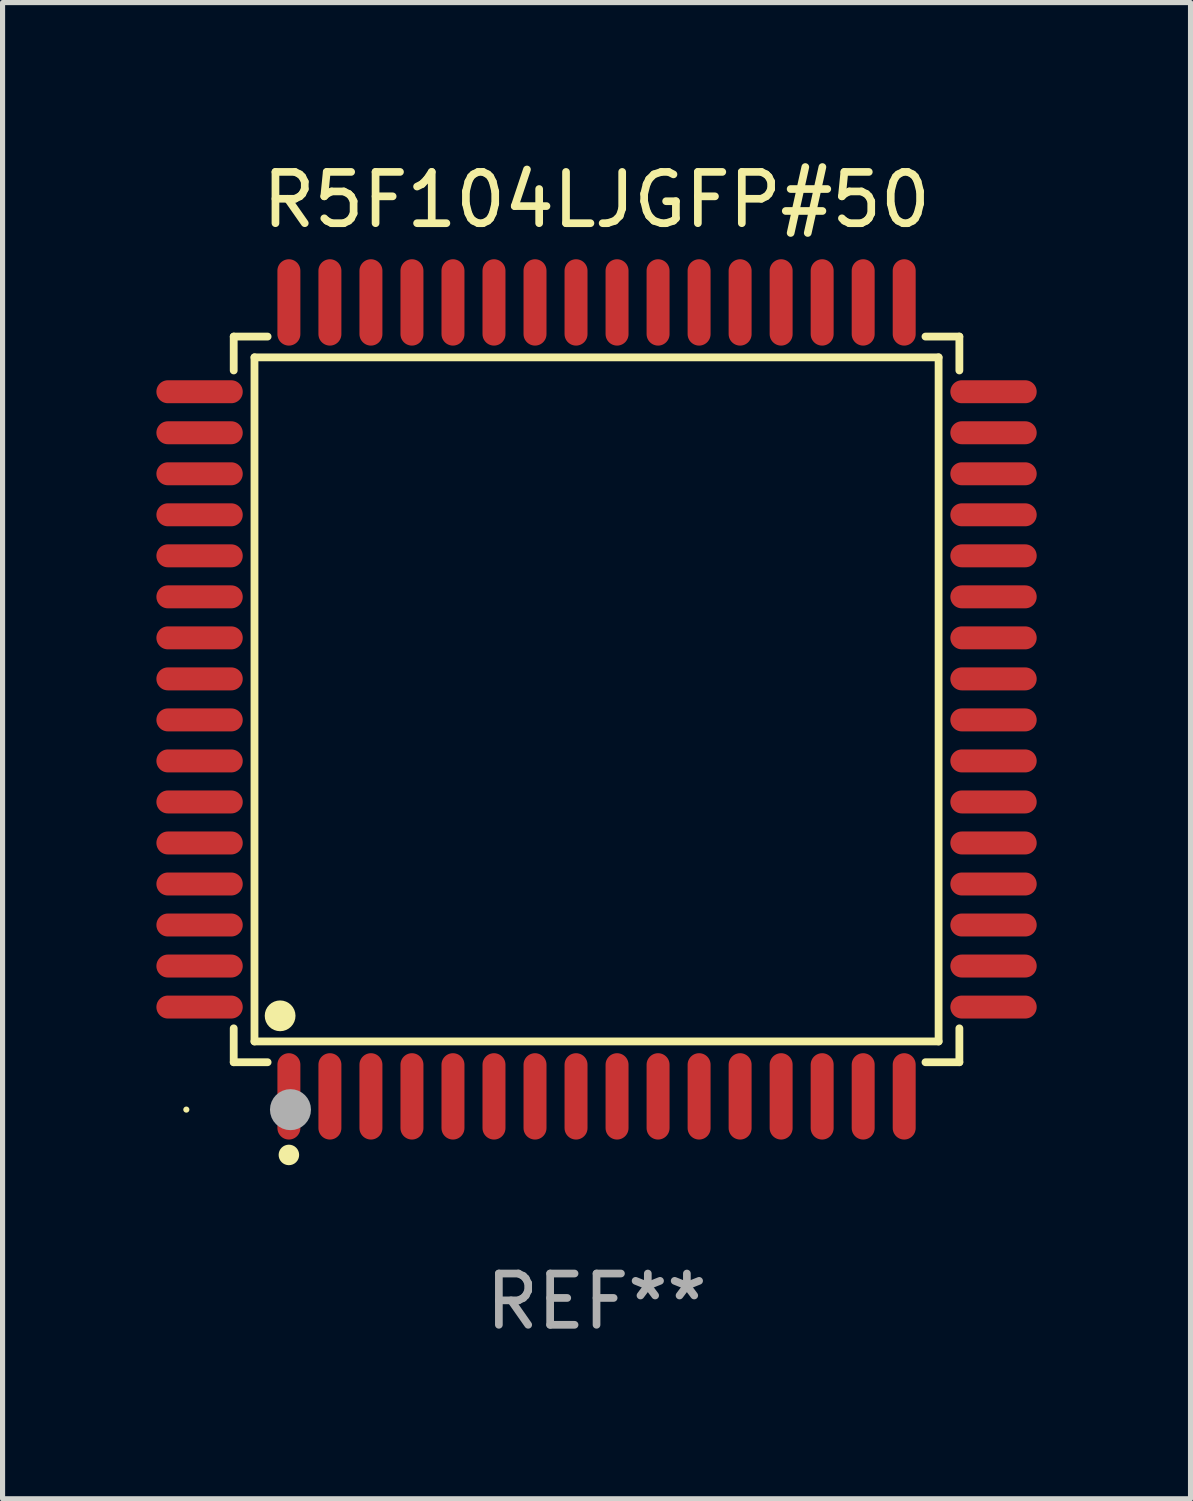
<source format=kicad_pcb>
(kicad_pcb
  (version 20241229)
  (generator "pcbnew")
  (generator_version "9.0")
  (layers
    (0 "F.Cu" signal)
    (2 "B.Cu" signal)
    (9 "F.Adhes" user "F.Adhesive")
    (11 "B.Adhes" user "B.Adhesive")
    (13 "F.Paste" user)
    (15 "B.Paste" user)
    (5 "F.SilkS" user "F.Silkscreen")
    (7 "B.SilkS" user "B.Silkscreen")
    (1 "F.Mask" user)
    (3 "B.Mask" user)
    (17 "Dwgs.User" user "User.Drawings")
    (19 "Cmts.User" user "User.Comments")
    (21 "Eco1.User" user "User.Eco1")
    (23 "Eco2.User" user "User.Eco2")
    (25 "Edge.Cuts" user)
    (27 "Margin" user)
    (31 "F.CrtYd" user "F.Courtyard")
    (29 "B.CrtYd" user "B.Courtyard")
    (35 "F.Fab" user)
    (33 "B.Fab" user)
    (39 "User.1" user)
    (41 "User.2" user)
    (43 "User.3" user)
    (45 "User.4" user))
  (footprint "R5F104LJGFP#50"
    (layer "F.Cu")
    (at 8.584 10.59)
    (property "Reference" "R5F104LJGFP#50" (at 0 -9.742 0) (layer "F.SilkS") (effects (font (size 1 1) (thickness 0.15))))
    (attr through_hole)
    (fp_line (start -7.076 -7.076) (end -6.415 -7.076) (stroke (width 0.152) (type solid)) (layer "F.SilkS"))
    (fp_line (start -7.076 -6.415) (end -7.076 -7.076) (stroke (width 0.152) (type solid)) (layer "F.SilkS"))
    (fp_line (start -7.076 6.415) (end -7.076 7.076) (stroke (width 0.152) (type solid)) (layer "F.SilkS"))
    (fp_line (start -7.076 7.076) (end -6.415 7.076) (stroke (width 0.152) (type solid)) (layer "F.SilkS"))
    (fp_line (start -6.671 -6.671) (end 6.671 -6.671) (stroke (width 0.152) (type solid)) (layer "F.SilkS"))
    (fp_line (start -6.671 6.671) (end -6.671 -6.671) (stroke (width 0.152) (type solid)) (layer "F.SilkS"))
    (fp_line (start 6.671 -6.671) (end 6.671 6.671) (stroke (width 0.152) (type solid)) (layer "F.SilkS"))
    (fp_line (start 6.671 6.671) (end -6.671 6.671) (stroke (width 0.152) (type solid)) (layer "F.SilkS"))
    (fp_line (start 7.076 -7.076) (end 6.415 -7.076) (stroke (width 0.152) (type solid)) (layer "F.SilkS"))
    (fp_line (start 7.076 -6.415) (end 7.076 -7.076) (stroke (width 0.152) (type solid)) (layer "F.SilkS"))
    (fp_line (start 7.076 6.415) (end 7.076 7.076) (stroke (width 0.152) (type solid)) (layer "F.SilkS"))
    (fp_line (start 7.076 7.076) (end 6.415 7.076) (stroke (width 0.152) (type solid)) (layer "F.SilkS"))
    (fp_circle (center -8 8) (end -7.97 8) (stroke (width 0.06) (type solid)) (fill no) (layer "F.SilkS"))
    (fp_circle (center -6.171 6.171) (end -6.021 6.171) (stroke (width 0.3) (type solid)) (fill no) (layer "F.SilkS"))
    (fp_circle (center -6 8.884) (end -5.9 8.884) (stroke (width 0.2) (type solid)) (fill no) (layer "F.SilkS"))
    (fp_circle (center -5.969 8.001) (end -5.769 8.001) (stroke (width 0.4) (type solid)) (fill no) (layer "F.Fab"))
    (fp_text user "REF**" (at 0 11.742 0) (layer "F.Fab") (effects (font (size 1 1) (thickness 0.15))))
    (pad "1" smd oval (at -6 7.742) (size 0.448 1.684) (layers "F.Cu" "F.Mask" "F.Paste"))
    (pad "2" smd oval (at -5.2 7.742) (size 0.448 1.684) (layers "F.Cu" "F.Mask" "F.Paste"))
    (pad "3" smd oval (at -4.4 7.742) (size 0.448 1.684) (layers "F.Cu" "F.Mask" "F.Paste"))
    (pad "4" smd oval (at -3.6 7.742) (size 0.448 1.684) (layers "F.Cu" "F.Mask" "F.Paste"))
    (pad "5" smd oval (at -2.8 7.742) (size 0.448 1.684) (layers "F.Cu" "F.Mask" "F.Paste"))
    (pad "6" smd oval (at -2 7.742) (size 0.448 1.684) (layers "F.Cu" "F.Mask" "F.Paste"))
    (pad "7" smd oval (at -1.2 7.742) (size 0.448 1.684) (layers "F.Cu" "F.Mask" "F.Paste"))
    (pad "8" smd oval (at -0.4 7.742) (size 0.448 1.684) (layers "F.Cu" "F.Mask" "F.Paste"))
    (pad "9" smd oval (at 0.4 7.742) (size 0.448 1.684) (layers "F.Cu" "F.Mask" "F.Paste"))
    (pad "10" smd oval (at 1.2 7.742) (size 0.448 1.684) (layers "F.Cu" "F.Mask" "F.Paste"))
    (pad "11" smd oval (at 2 7.742) (size 0.448 1.684) (layers "F.Cu" "F.Mask" "F.Paste"))
    (pad "12" smd oval (at 2.8 7.742) (size 0.448 1.684) (layers "F.Cu" "F.Mask" "F.Paste"))
    (pad "13" smd oval (at 3.6 7.742) (size 0.448 1.684) (layers "F.Cu" "F.Mask" "F.Paste"))
    (pad "14" smd oval (at 4.4 7.742) (size 0.448 1.684) (layers "F.Cu" "F.Mask" "F.Paste"))
    (pad "15" smd oval (at 5.2 7.742) (size 0.448 1.684) (layers "F.Cu" "F.Mask" "F.Paste"))
    (pad "16" smd oval (at 6 7.742) (size 0.448 1.684) (layers "F.Cu" "F.Mask" "F.Paste"))
    (pad "17" smd oval (at 7.742 6) (size 1.684 0.448) (layers "F.Cu" "F.Mask" "F.Paste"))
    (pad "18" smd oval (at 7.742 5.2) (size 1.684 0.448) (layers "F.Cu" "F.Mask" "F.Paste"))
    (pad "19" smd oval (at 7.742 4.4) (size 1.684 0.448) (layers "F.Cu" "F.Mask" "F.Paste"))
    (pad "20" smd oval (at 7.742 3.6) (size 1.684 0.448) (layers "F.Cu" "F.Mask" "F.Paste"))
    (pad "21" smd oval (at 7.742 2.8) (size 1.684 0.448) (layers "F.Cu" "F.Mask" "F.Paste"))
    (pad "22" smd oval (at 7.742 2) (size 1.684 0.448) (layers "F.Cu" "F.Mask" "F.Paste"))
    (pad "23" smd oval (at 7.742 1.2) (size 1.684 0.448) (layers "F.Cu" "F.Mask" "F.Paste"))
    (pad "24" smd oval (at 7.742 0.4) (size 1.684 0.448) (layers "F.Cu" "F.Mask" "F.Paste"))
    (pad "25" smd oval (at 7.742 -0.4) (size 1.684 0.448) (layers "F.Cu" "F.Mask" "F.Paste"))
    (pad "26" smd oval (at 7.742 -1.2) (size 1.684 0.448) (layers "F.Cu" "F.Mask" "F.Paste"))
    (pad "27" smd oval (at 7.742 -2) (size 1.684 0.448) (layers "F.Cu" "F.Mask" "F.Paste"))
    (pad "28" smd oval (at 7.742 -2.8) (size 1.684 0.448) (layers "F.Cu" "F.Mask" "F.Paste"))
    (pad "29" smd oval (at 7.742 -3.6) (size 1.684 0.448) (layers "F.Cu" "F.Mask" "F.Paste"))
    (pad "30" smd oval (at 7.742 -4.4) (size 1.684 0.448) (layers "F.Cu" "F.Mask" "F.Paste"))
    (pad "31" smd oval (at 7.742 -5.2) (size 1.684 0.448) (layers "F.Cu" "F.Mask" "F.Paste"))
    (pad "32" smd oval (at 7.742 -6) (size 1.684 0.448) (layers "F.Cu" "F.Mask" "F.Paste"))
    (pad "33" smd oval (at 6 -7.742) (size 0.448 1.684) (layers "F.Cu" "F.Mask" "F.Paste"))
    (pad "34" smd oval (at 5.2 -7.742) (size 0.448 1.684) (layers "F.Cu" "F.Mask" "F.Paste"))
    (pad "35" smd oval (at 4.4 -7.742) (size 0.448 1.684) (layers "F.Cu" "F.Mask" "F.Paste"))
    (pad "36" smd oval (at 3.6 -7.742) (size 0.448 1.684) (layers "F.Cu" "F.Mask" "F.Paste"))
    (pad "37" smd oval (at 2.8 -7.742) (size 0.448 1.684) (layers "F.Cu" "F.Mask" "F.Paste"))
    (pad "38" smd oval (at 2 -7.742) (size 0.448 1.684) (layers "F.Cu" "F.Mask" "F.Paste"))
    (pad "39" smd oval (at 1.2 -7.742) (size 0.448 1.684) (layers "F.Cu" "F.Mask" "F.Paste"))
    (pad "40" smd oval (at 0.4 -7.742) (size 0.448 1.684) (layers "F.Cu" "F.Mask" "F.Paste"))
    (pad "41" smd oval (at -0.4 -7.742) (size 0.448 1.684) (layers "F.Cu" "F.Mask" "F.Paste"))
    (pad "42" smd oval (at -1.2 -7.742) (size 0.448 1.684) (layers "F.Cu" "F.Mask" "F.Paste"))
    (pad "43" smd oval (at -2 -7.742) (size 0.448 1.684) (layers "F.Cu" "F.Mask" "F.Paste"))
    (pad "44" smd oval (at -2.8 -7.742) (size 0.448 1.684) (layers "F.Cu" "F.Mask" "F.Paste"))
    (pad "45" smd oval (at -3.6 -7.742) (size 0.448 1.684) (layers "F.Cu" "F.Mask" "F.Paste"))
    (pad "46" smd oval (at -4.4 -7.742) (size 0.448 1.684) (layers "F.Cu" "F.Mask" "F.Paste"))
    (pad "47" smd oval (at -5.2 -7.742) (size 0.448 1.684) (layers "F.Cu" "F.Mask" "F.Paste"))
    (pad "48" smd oval (at -6 -7.742) (size 0.448 1.684) (layers "F.Cu" "F.Mask" "F.Paste"))
    (pad "49" smd oval (at -7.742 -6) (size 1.684 0.448) (layers "F.Cu" "F.Mask" "F.Paste"))
    (pad "50" smd oval (at -7.742 -5.2) (size 1.684 0.448) (layers "F.Cu" "F.Mask" "F.Paste"))
    (pad "51" smd oval (at -7.742 -4.4) (size 1.684 0.448) (layers "F.Cu" "F.Mask" "F.Paste"))
    (pad "52" smd oval (at -7.742 -3.6) (size 1.684 0.448) (layers "F.Cu" "F.Mask" "F.Paste"))
    (pad "53" smd oval (at -7.742 -2.8) (size 1.684 0.448) (layers "F.Cu" "F.Mask" "F.Paste"))
    (pad "54" smd oval (at -7.742 -2) (size 1.684 0.448) (layers "F.Cu" "F.Mask" "F.Paste"))
    (pad "55" smd oval (at -7.742 -1.2) (size 1.684 0.448) (layers "F.Cu" "F.Mask" "F.Paste"))
    (pad "56" smd oval (at -7.742 -0.4) (size 1.684 0.448) (layers "F.Cu" "F.Mask" "F.Paste"))
    (pad "57" smd oval (at -7.742 0.4) (size 1.684 0.448) (layers "F.Cu" "F.Mask" "F.Paste"))
    (pad "58" smd oval (at -7.742 1.2) (size 1.684 0.448) (layers "F.Cu" "F.Mask" "F.Paste"))
    (pad "59" smd oval (at -7.742 2) (size 1.684 0.448) (layers "F.Cu" "F.Mask" "F.Paste"))
    (pad "60" smd oval (at -7.742 2.8) (size 1.684 0.448) (layers "F.Cu" "F.Mask" "F.Paste"))
    (pad "61" smd oval (at -7.742 3.6) (size 1.684 0.448) (layers "F.Cu" "F.Mask" "F.Paste"))
    (pad "62" smd oval (at -7.742 4.4) (size 1.684 0.448) (layers "F.Cu" "F.Mask" "F.Paste"))
    (pad "63" smd oval (at -7.742 5.2) (size 1.684 0.448) (layers "F.Cu" "F.Mask" "F.Paste"))
    (pad "64" smd oval (at -7.742 6) (size 1.684 0.448) (layers "F.Cu" "F.Mask" "F.Paste")))
  (gr_rect
    (start -3 -3)
    (end 20.168 26.18)
    (stroke (width 0.1) (type default))
    (fill no)
    (layer "Edge.Cuts")))
</source>
